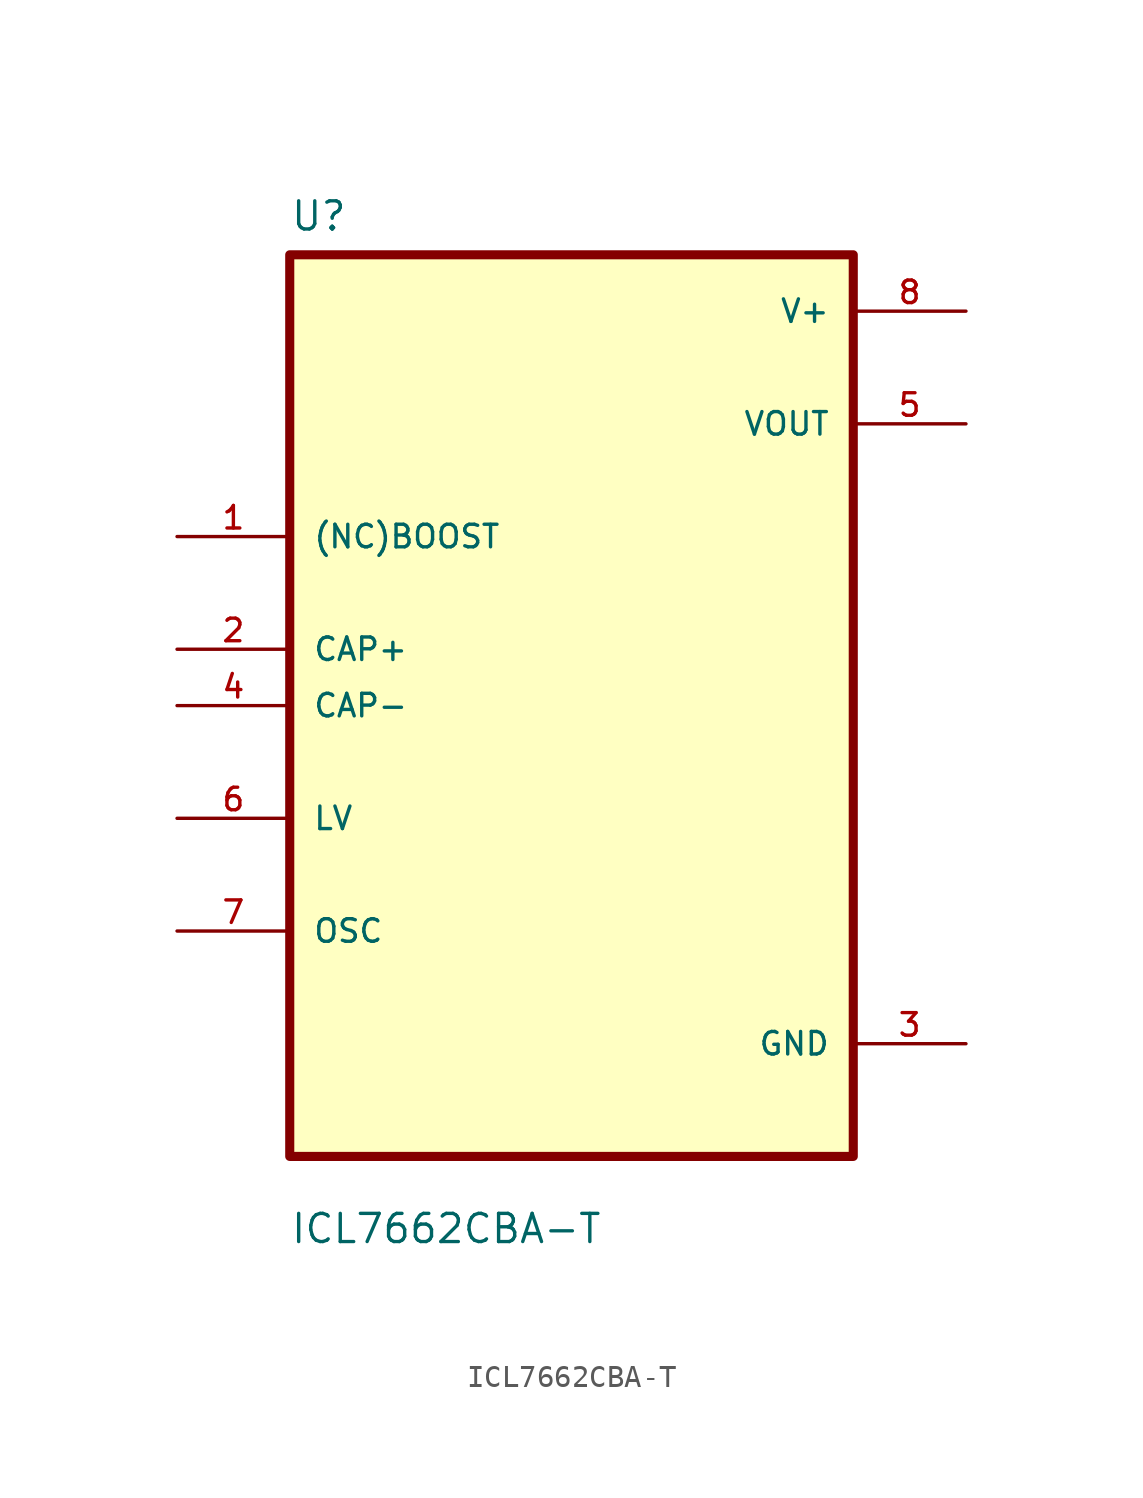
<source format=kicad_sym>
(kicad_symbol_lib
  (version 20220914)
  (generator kicad_symbol_editor)
  (symbol "ICL7662CBA-T"
    (pin_names
      (offset 1.016))
    (property "Reference" "U"
      (at -12.7 21.32 0)
      (effects (font (size 1.27 1.27)) (justify left bottom)))
    (property "Value" "ICL7662CBA-T"
      (at -12.7 -24.32 0)
      (effects (font (size 1.27 1.27)) (justify left bottom)))
    (symbol "ICL7662CBA-T_0_0"
      (rectangle (start -12.7 -20.32) (end 12.7 20.32) (stroke (width 0.41) (type default)) (fill (type background)))
      (pin bidirectional line (at -17.78 7.62 0) (length 5.08) (name "(NC)BOOST" (effects (font (size 1.016 1.016)))) (number "1" (effects (font (size 1.016 1.016)))))
      (pin bidirectional line (at -17.78 2.54 0) (length 5.08) (name "CAP+" (effects (font (size 1.016 1.016)))) (number "2" (effects (font (size 1.016 1.016)))))
      (pin power_in line (at 17.78 -15.24 180) (length 5.08) (name "GND" (effects (font (size 1.016 1.016)))) (number "3" (effects (font (size 1.016 1.016)))))
      (pin bidirectional line (at -17.78 0 0) (length 5.08) (name "CAP-" (effects (font (size 1.016 1.016)))) (number "4" (effects (font (size 1.016 1.016)))))
      (pin output line (at 17.78 12.7 180) (length 5.08) (name "VOUT" (effects (font (size 1.016 1.016)))) (number "5" (effects (font (size 1.016 1.016)))))
      (pin bidirectional line (at -17.78 -5.08 0) (length 5.08) (name "LV" (effects (font (size 1.016 1.016)))) (number "6" (effects (font (size 1.016 1.016)))))
      (pin bidirectional line (at -17.78 -10.16 0) (length 5.08) (name "OSC" (effects (font (size 1.016 1.016)))) (number "7" (effects (font (size 1.016 1.016)))))
      (pin power_in line (at 17.78 17.78 180) (length 5.08) (name "V+" (effects (font (size 1.016 1.016)))) (number "8" (effects (font (size 1.016 1.016))))))))
</source>
